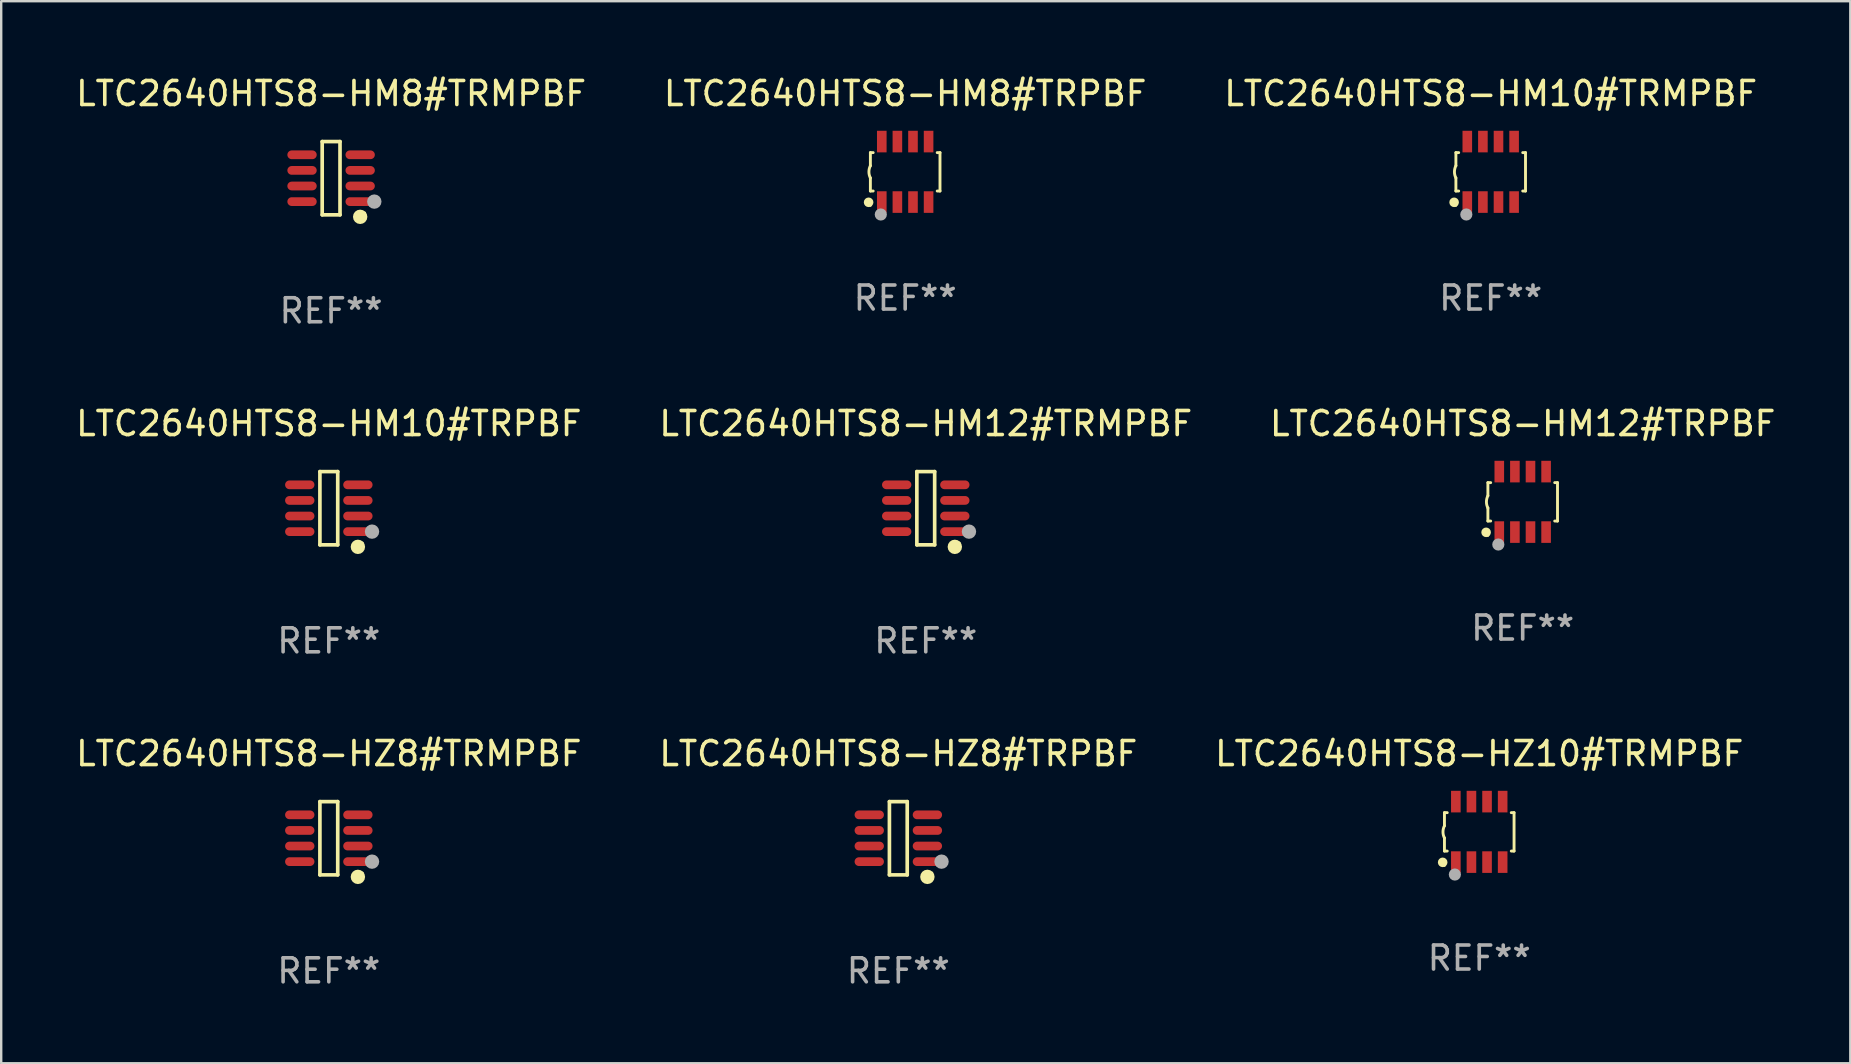
<source format=kicad_pcb>
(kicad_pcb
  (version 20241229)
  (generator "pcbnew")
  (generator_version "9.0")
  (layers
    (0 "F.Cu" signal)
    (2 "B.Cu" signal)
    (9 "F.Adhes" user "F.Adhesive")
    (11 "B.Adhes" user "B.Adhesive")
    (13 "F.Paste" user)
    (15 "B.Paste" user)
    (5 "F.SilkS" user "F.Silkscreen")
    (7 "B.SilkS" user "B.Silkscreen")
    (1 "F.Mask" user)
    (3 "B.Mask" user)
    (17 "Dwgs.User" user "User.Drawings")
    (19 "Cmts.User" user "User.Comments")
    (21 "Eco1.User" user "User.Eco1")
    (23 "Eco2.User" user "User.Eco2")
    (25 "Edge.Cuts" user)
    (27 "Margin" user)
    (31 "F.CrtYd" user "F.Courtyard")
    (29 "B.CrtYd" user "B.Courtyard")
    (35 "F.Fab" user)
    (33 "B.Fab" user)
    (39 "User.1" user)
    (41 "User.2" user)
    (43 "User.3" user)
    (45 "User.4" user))
  (footprint "LTC2640HTS8-HZ8#TRPBF"
    (layer "F.Cu")
    (at 34.375 31.872)
    (property "Reference" "LTC2640HTS8-HZ8#TRPBF" (at 0 -3.526 0) (layer "F.SilkS") (effects (font (size 1 1) (thickness 0.15))))
    (attr through_hole)
    (fp_line (start -0.371 -1.526) (end 0.371 -1.526) (stroke (width 0.152) (type solid)) (layer "F.SilkS"))
    (fp_line (start -0.371 1.526) (end -0.371 -1.526) (stroke (width 0.152) (type solid)) (layer "F.SilkS"))
    (fp_line (start 0.371 -1.526) (end 0.371 1.526) (stroke (width 0.152) (type solid)) (layer "F.SilkS"))
    (fp_line (start 0.371 1.526) (end -0.371 1.526) (stroke (width 0.152) (type solid)) (layer "F.SilkS"))
    (fp_circle (center 1.211 1.609) (end 1.361 1.609) (stroke (width 0.3) (type solid)) (fill no) (layer "F.SilkS"))
    (fp_circle (center 1.4 1.45) (end 1.43 1.45) (stroke (width 0.06) (type solid)) (fill no) (layer "F.SilkS"))
    (fp_circle (center 1.8 0.975) (end 1.95 0.975) (stroke (width 0.3) (type solid)) (fill no) (layer "F.Fab"))
    (fp_text user "REF**" (at 0 5.526 0) (layer "F.Fab") (effects (font (size 1 1) (thickness 0.15))))
    (pad "1" smd oval (at 1.211 0.975) (size 1.222 0.364) (layers "F.Cu" "F.Mask" "F.Paste"))
    (pad "2" smd oval (at 1.211 0.325) (size 1.222 0.364) (layers "F.Cu" "F.Mask" "F.Paste"))
    (pad "3" smd oval (at 1.211 -0.325) (size 1.222 0.364) (layers "F.Cu" "F.Mask" "F.Paste"))
    (pad "4" smd oval (at 1.211 -0.975) (size 1.222 0.364) (layers "F.Cu" "F.Mask" "F.Paste"))
    (pad "5" smd oval (at -1.211 -0.975) (size 1.222 0.364) (layers "F.Cu" "F.Mask" "F.Paste"))
    (pad "6" smd oval (at -1.211 -0.325) (size 1.222 0.364) (layers "F.Cu" "F.Mask" "F.Paste"))
    (pad "7" smd oval (at -1.211 0.325) (size 1.222 0.364) (layers "F.Cu" "F.Mask" "F.Paste"))
    (pad "8" smd oval (at -1.211 0.975) (size 1.222 0.364) (layers "F.Cu" "F.Mask" "F.Paste")))
  (footprint "LTC2640HTS8-HM10#TRPBF"
    (layer "F.Cu")
    (at 10.649 18.123)
    (property "Reference" "LTC2640HTS8-HM10#TRPBF" (at 0 -3.526 0) (layer "F.SilkS") (effects (font (size 1 1) (thickness 0.15))))
    (attr through_hole)
    (fp_line (start -0.371 -1.526) (end 0.371 -1.526) (stroke (width 0.152) (type solid)) (layer "F.SilkS"))
    (fp_line (start -0.371 1.526) (end -0.371 -1.526) (stroke (width 0.152) (type solid)) (layer "F.SilkS"))
    (fp_line (start 0.371 -1.526) (end 0.371 1.526) (stroke (width 0.152) (type solid)) (layer "F.SilkS"))
    (fp_line (start 0.371 1.526) (end -0.371 1.526) (stroke (width 0.152) (type solid)) (layer "F.SilkS"))
    (fp_circle (center 1.211 1.609) (end 1.361 1.609) (stroke (width 0.3) (type solid)) (fill no) (layer "F.SilkS"))
    (fp_circle (center 1.4 1.45) (end 1.43 1.45) (stroke (width 0.06) (type solid)) (fill no) (layer "F.SilkS"))
    (fp_circle (center 1.8 0.975) (end 1.95 0.975) (stroke (width 0.3) (type solid)) (fill no) (layer "F.Fab"))
    (fp_text user "REF**" (at 0 5.526 0) (layer "F.Fab") (effects (font (size 1 1) (thickness 0.15))))
    (pad "1" smd oval (at 1.211 0.975) (size 1.222 0.364) (layers "F.Cu" "F.Mask" "F.Paste"))
    (pad "2" smd oval (at 1.211 0.325) (size 1.222 0.364) (layers "F.Cu" "F.Mask" "F.Paste"))
    (pad "3" smd oval (at 1.211 -0.325) (size 1.222 0.364) (layers "F.Cu" "F.Mask" "F.Paste"))
    (pad "4" smd oval (at 1.211 -0.975) (size 1.222 0.364) (layers "F.Cu" "F.Mask" "F.Paste"))
    (pad "5" smd oval (at -1.211 -0.975) (size 1.222 0.364) (layers "F.Cu" "F.Mask" "F.Paste"))
    (pad "6" smd oval (at -1.211 -0.325) (size 1.222 0.364) (layers "F.Cu" "F.Mask" "F.Paste"))
    (pad "7" smd oval (at -1.211 0.325) (size 1.222 0.364) (layers "F.Cu" "F.Mask" "F.Paste"))
    (pad "8" smd oval (at -1.211 0.975) (size 1.222 0.364) (layers "F.Cu" "F.Mask" "F.Paste")))
  (footprint "LTC2640HTS8-HM10#TRMPBF"
    (layer "F.Cu")
    (at 59.054 4.108)
    (property "Reference" "LTC2640HTS8-HM10#TRMPBF" (at 0 -3.26 0) (layer "F.SilkS") (effects (font (size 1 1) (thickness 0.15))))
    (attr through_hole)
    (fp_line (start -1.45 -0.8) (end -1.45 -0.254) (stroke (width 0.12) (type solid)) (layer "F.SilkS"))
    (fp_line (start -1.45 -0.8) (end -1.334 -0.8) (stroke (width 0.12) (type solid)) (layer "F.SilkS"))
    (fp_line (start -1.45 0.8) (end -1.45 0.254) (stroke (width 0.12) (type solid)) (layer "F.SilkS"))
    (fp_line (start -1.45 0.8) (end -1.334 0.8) (stroke (width 0.12) (type solid)) (layer "F.SilkS"))
    (fp_line (start 1.334 -0.8) (end 1.45 -0.8) (stroke (width 0.12) (type solid)) (layer "F.SilkS"))
    (fp_line (start 1.334 0.8) (end 1.45 0.8) (stroke (width 0.12) (type solid)) (layer "F.SilkS"))
    (fp_line (start 1.45 0.8) (end 1.45 -0.8) (stroke (width 0.12) (type solid)) (layer "F.SilkS"))
    (fp_arc (start -1.45075 0.255144) (mid -1.510605 0.000434) (end -1.450013 -0.254102) (stroke (width 0.11999) (type solid)) (layer "F.SilkS"))
    (fp_circle (center -1.524 1.27) (end -1.424 1.27) (stroke (width 0.2) (type solid)) (fill no) (layer "F.SilkS"))
    (fp_circle (center -1.45 1.4) (end -1.42 1.4) (stroke (width 0.06) (type solid)) (fill no) (layer "F.SilkS"))
    (fp_circle (center -1.016 1.778) (end -0.889 1.778) (stroke (width 0.254) (type solid)) (fill no) (layer "F.Fab"))
    (fp_text user "REF**" (at 0 5.26 0) (layer "F.Fab") (effects (font (size 1 1) (thickness 0.15))))
    (pad "1" smd rect (at -0.975 1.26) (size 0.4 0.9) (layers "F.Cu" "F.Mask" "F.Paste"))
    (pad "2" smd rect (at -0.325 1.26) (size 0.4 0.9) (layers "F.Cu" "F.Mask" "F.Paste"))
    (pad "3" smd rect (at 0.325 1.26) (size 0.4 0.9) (layers "F.Cu" "F.Mask" "F.Paste"))
    (pad "4" smd rect (at 0.975 1.26) (size 0.4 0.9) (layers "F.Cu" "F.Mask" "F.Paste"))
    (pad "5" smd rect (at 0.975 -1.26) (size 0.4 0.9) (layers "F.Cu" "F.Mask" "F.Paste"))
    (pad "6" smd rect (at 0.325 -1.26) (size 0.4 0.9) (layers "F.Cu" "F.Mask" "F.Paste"))
    (pad "7" smd rect (at -0.325 -1.26) (size 0.4 0.9) (layers "F.Cu" "F.Mask" "F.Paste"))
    (pad "8" smd rect (at -0.975 -1.26) (size 0.4 0.9) (layers "F.Cu" "F.Mask" "F.Paste")))
  (footprint "LTC2640HTS8-HM12#TRPBF"
    (layer "F.Cu")
    (at 60.387 17.857)
    (property "Reference" "LTC2640HTS8-HM12#TRPBF" (at 0 -3.26 0) (layer "F.SilkS") (effects (font (size 1 1) (thickness 0.15))))
    (attr through_hole)
    (fp_line (start -1.45 -0.8) (end -1.45 -0.254) (stroke (width 0.12) (type solid)) (layer "F.SilkS"))
    (fp_line (start -1.45 -0.8) (end -1.334 -0.8) (stroke (width 0.12) (type solid)) (layer "F.SilkS"))
    (fp_line (start -1.45 0.8) (end -1.45 0.254) (stroke (width 0.12) (type solid)) (layer "F.SilkS"))
    (fp_line (start -1.45 0.8) (end -1.334 0.8) (stroke (width 0.12) (type solid)) (layer "F.SilkS"))
    (fp_line (start 1.334 -0.8) (end 1.45 -0.8) (stroke (width 0.12) (type solid)) (layer "F.SilkS"))
    (fp_line (start 1.334 0.8) (end 1.45 0.8) (stroke (width 0.12) (type solid)) (layer "F.SilkS"))
    (fp_line (start 1.45 0.8) (end 1.45 -0.8) (stroke (width 0.12) (type solid)) (layer "F.SilkS"))
    (fp_arc (start -1.45075 0.255144) (mid -1.510605 0.000434) (end -1.450013 -0.254102) (stroke (width 0.11999) (type solid)) (layer "F.SilkS"))
    (fp_circle (center -1.524 1.27) (end -1.424 1.27) (stroke (width 0.2) (type solid)) (fill no) (layer "F.SilkS"))
    (fp_circle (center -1.45 1.4) (end -1.42 1.4) (stroke (width 0.06) (type solid)) (fill no) (layer "F.SilkS"))
    (fp_circle (center -1.016 1.778) (end -0.889 1.778) (stroke (width 0.254) (type solid)) (fill no) (layer "F.Fab"))
    (fp_text user "REF**" (at 0 5.26 0) (layer "F.Fab") (effects (font (size 1 1) (thickness 0.15))))
    (pad "1" smd rect (at -0.975 1.26) (size 0.4 0.9) (layers "F.Cu" "F.Mask" "F.Paste"))
    (pad "2" smd rect (at -0.325 1.26) (size 0.4 0.9) (layers "F.Cu" "F.Mask" "F.Paste"))
    (pad "3" smd rect (at 0.325 1.26) (size 0.4 0.9) (layers "F.Cu" "F.Mask" "F.Paste"))
    (pad "4" smd rect (at 0.975 1.26) (size 0.4 0.9) (layers "F.Cu" "F.Mask" "F.Paste"))
    (pad "5" smd rect (at 0.975 -1.26) (size 0.4 0.9) (layers "F.Cu" "F.Mask" "F.Paste"))
    (pad "6" smd rect (at 0.325 -1.26) (size 0.4 0.9) (layers "F.Cu" "F.Mask" "F.Paste"))
    (pad "7" smd rect (at -0.325 -1.26) (size 0.4 0.9) (layers "F.Cu" "F.Mask" "F.Paste"))
    (pad "8" smd rect (at -0.975 -1.26) (size 0.4 0.9) (layers "F.Cu" "F.Mask" "F.Paste")))
  (footprint "LTC2640HTS8-HM12#TRMPBF"
    (layer "F.Cu")
    (at 35.518 18.123)
    (property "Reference" "LTC2640HTS8-HM12#TRMPBF" (at 0 -3.526 0) (layer "F.SilkS") (effects (font (size 1 1) (thickness 0.15))))
    (attr through_hole)
    (fp_line (start -0.371 -1.526) (end 0.371 -1.526) (stroke (width 0.152) (type solid)) (layer "F.SilkS"))
    (fp_line (start -0.371 1.526) (end -0.371 -1.526) (stroke (width 0.152) (type solid)) (layer "F.SilkS"))
    (fp_line (start 0.371 -1.526) (end 0.371 1.526) (stroke (width 0.152) (type solid)) (layer "F.SilkS"))
    (fp_line (start 0.371 1.526) (end -0.371 1.526) (stroke (width 0.152) (type solid)) (layer "F.SilkS"))
    (fp_circle (center 1.211 1.609) (end 1.361 1.609) (stroke (width 0.3) (type solid)) (fill no) (layer "F.SilkS"))
    (fp_circle (center 1.4 1.45) (end 1.43 1.45) (stroke (width 0.06) (type solid)) (fill no) (layer "F.SilkS"))
    (fp_circle (center 1.8 0.975) (end 1.95 0.975) (stroke (width 0.3) (type solid)) (fill no) (layer "F.Fab"))
    (fp_text user "REF**" (at 0 5.526 0) (layer "F.Fab") (effects (font (size 1 1) (thickness 0.15))))
    (pad "1" smd oval (at 1.211 0.975) (size 1.222 0.364) (layers "F.Cu" "F.Mask" "F.Paste"))
    (pad "2" smd oval (at 1.211 0.325) (size 1.222 0.364) (layers "F.Cu" "F.Mask" "F.Paste"))
    (pad "3" smd oval (at 1.211 -0.325) (size 1.222 0.364) (layers "F.Cu" "F.Mask" "F.Paste"))
    (pad "4" smd oval (at 1.211 -0.975) (size 1.222 0.364) (layers "F.Cu" "F.Mask" "F.Paste"))
    (pad "5" smd oval (at -1.211 -0.975) (size 1.222 0.364) (layers "F.Cu" "F.Mask" "F.Paste"))
    (pad "6" smd oval (at -1.211 -0.325) (size 1.222 0.364) (layers "F.Cu" "F.Mask" "F.Paste"))
    (pad "7" smd oval (at -1.211 0.325) (size 1.222 0.364) (layers "F.Cu" "F.Mask" "F.Paste"))
    (pad "8" smd oval (at -1.211 0.975) (size 1.222 0.364) (layers "F.Cu" "F.Mask" "F.Paste")))
  (footprint "LTC2640HTS8-HZ10#TRMPBF"
    (layer "F.Cu")
    (at 58.577 31.606)
    (property "Reference" "LTC2640HTS8-HZ10#TRMPBF" (at 0 -3.26 0) (layer "F.SilkS") (effects (font (size 1 1) (thickness 0.15))))
    (attr through_hole)
    (fp_line (start -1.45 -0.8) (end -1.45 -0.254) (stroke (width 0.12) (type solid)) (layer "F.SilkS"))
    (fp_line (start -1.45 -0.8) (end -1.334 -0.8) (stroke (width 0.12) (type solid)) (layer "F.SilkS"))
    (fp_line (start -1.45 0.8) (end -1.45 0.254) (stroke (width 0.12) (type solid)) (layer "F.SilkS"))
    (fp_line (start -1.45 0.8) (end -1.334 0.8) (stroke (width 0.12) (type solid)) (layer "F.SilkS"))
    (fp_line (start 1.334 -0.8) (end 1.45 -0.8) (stroke (width 0.12) (type solid)) (layer "F.SilkS"))
    (fp_line (start 1.334 0.8) (end 1.45 0.8) (stroke (width 0.12) (type solid)) (layer "F.SilkS"))
    (fp_line (start 1.45 0.8) (end 1.45 -0.8) (stroke (width 0.12) (type solid)) (layer "F.SilkS"))
    (fp_arc (start -1.45075 0.255144) (mid -1.510605 0.000434) (end -1.450013 -0.254102) (stroke (width 0.11999) (type solid)) (layer "F.SilkS"))
    (fp_circle (center -1.524 1.27) (end -1.424 1.27) (stroke (width 0.2) (type solid)) (fill no) (layer "F.SilkS"))
    (fp_circle (center -1.45 1.4) (end -1.42 1.4) (stroke (width 0.06) (type solid)) (fill no) (layer "F.SilkS"))
    (fp_circle (center -1.016 1.778) (end -0.889 1.778) (stroke (width 0.254) (type solid)) (fill no) (layer "F.Fab"))
    (fp_text user "REF**" (at 0 5.26 0) (layer "F.Fab") (effects (font (size 1 1) (thickness 0.15))))
    (pad "1" smd rect (at -0.975 1.26) (size 0.4 0.9) (layers "F.Cu" "F.Mask" "F.Paste"))
    (pad "2" smd rect (at -0.325 1.26) (size 0.4 0.9) (layers "F.Cu" "F.Mask" "F.Paste"))
    (pad "3" smd rect (at 0.325 1.26) (size 0.4 0.9) (layers "F.Cu" "F.Mask" "F.Paste"))
    (pad "4" smd rect (at 0.975 1.26) (size 0.4 0.9) (layers "F.Cu" "F.Mask" "F.Paste"))
    (pad "5" smd rect (at 0.975 -1.26) (size 0.4 0.9) (layers "F.Cu" "F.Mask" "F.Paste"))
    (pad "6" smd rect (at 0.325 -1.26) (size 0.4 0.9) (layers "F.Cu" "F.Mask" "F.Paste"))
    (pad "7" smd rect (at -0.325 -1.26) (size 0.4 0.9) (layers "F.Cu" "F.Mask" "F.Paste"))
    (pad "8" smd rect (at -0.975 -1.26) (size 0.4 0.9) (layers "F.Cu" "F.Mask" "F.Paste")))
  (footprint "LTC2640HTS8-HM8#TRMPBF"
    (layer "F.Cu")
    (at 10.744 4.374)
    (property "Reference" "LTC2640HTS8-HM8#TRMPBF" (at 0 -3.526 0) (layer "F.SilkS") (effects (font (size 1 1) (thickness 0.15))))
    (attr through_hole)
    (fp_line (start -0.371 -1.526) (end 0.371 -1.526) (stroke (width 0.152) (type solid)) (layer "F.SilkS"))
    (fp_line (start -0.371 1.526) (end -0.371 -1.526) (stroke (width 0.152) (type solid)) (layer "F.SilkS"))
    (fp_line (start 0.371 -1.526) (end 0.371 1.526) (stroke (width 0.152) (type solid)) (layer "F.SilkS"))
    (fp_line (start 0.371 1.526) (end -0.371 1.526) (stroke (width 0.152) (type solid)) (layer "F.SilkS"))
    (fp_circle (center 1.211 1.609) (end 1.361 1.609) (stroke (width 0.3) (type solid)) (fill no) (layer "F.SilkS"))
    (fp_circle (center 1.4 1.45) (end 1.43 1.45) (stroke (width 0.06) (type solid)) (fill no) (layer "F.SilkS"))
    (fp_circle (center 1.8 0.975) (end 1.95 0.975) (stroke (width 0.3) (type solid)) (fill no) (layer "F.Fab"))
    (fp_text user "REF**" (at 0 5.526 0) (layer "F.Fab") (effects (font (size 1 1) (thickness 0.15))))
    (pad "1" smd oval (at 1.211 0.975) (size 1.222 0.364) (layers "F.Cu" "F.Mask" "F.Paste"))
    (pad "2" smd oval (at 1.211 0.325) (size 1.222 0.364) (layers "F.Cu" "F.Mask" "F.Paste"))
    (pad "3" smd oval (at 1.211 -0.325) (size 1.222 0.364) (layers "F.Cu" "F.Mask" "F.Paste"))
    (pad "4" smd oval (at 1.211 -0.975) (size 1.222 0.364) (layers "F.Cu" "F.Mask" "F.Paste"))
    (pad "5" smd oval (at -1.211 -0.975) (size 1.222 0.364) (layers "F.Cu" "F.Mask" "F.Paste"))
    (pad "6" smd oval (at -1.211 -0.325) (size 1.222 0.364) (layers "F.Cu" "F.Mask" "F.Paste"))
    (pad "7" smd oval (at -1.211 0.325) (size 1.222 0.364) (layers "F.Cu" "F.Mask" "F.Paste"))
    (pad "8" smd oval (at -1.211 0.975) (size 1.222 0.364) (layers "F.Cu" "F.Mask" "F.Paste")))
  (footprint "LTC2640HTS8-HM8#TRPBF"
    (layer "F.Cu")
    (at 34.661 4.108)
    (property "Reference" "LTC2640HTS8-HM8#TRPBF" (at 0 -3.26 0) (layer "F.SilkS") (effects (font (size 1 1) (thickness 0.15))))
    (attr through_hole)
    (fp_line (start -1.45 -0.8) (end -1.45 -0.254) (stroke (width 0.12) (type solid)) (layer "F.SilkS"))
    (fp_line (start -1.45 -0.8) (end -1.334 -0.8) (stroke (width 0.12) (type solid)) (layer "F.SilkS"))
    (fp_line (start -1.45 0.8) (end -1.45 0.254) (stroke (width 0.12) (type solid)) (layer "F.SilkS"))
    (fp_line (start -1.45 0.8) (end -1.334 0.8) (stroke (width 0.12) (type solid)) (layer "F.SilkS"))
    (fp_line (start 1.334 -0.8) (end 1.45 -0.8) (stroke (width 0.12) (type solid)) (layer "F.SilkS"))
    (fp_line (start 1.334 0.8) (end 1.45 0.8) (stroke (width 0.12) (type solid)) (layer "F.SilkS"))
    (fp_line (start 1.45 0.8) (end 1.45 -0.8) (stroke (width 0.12) (type solid)) (layer "F.SilkS"))
    (fp_arc (start -1.45075 0.255144) (mid -1.510605 0.000434) (end -1.450013 -0.254102) (stroke (width 0.11999) (type solid)) (layer "F.SilkS"))
    (fp_circle (center -1.524 1.27) (end -1.424 1.27) (stroke (width 0.2) (type solid)) (fill no) (layer "F.SilkS"))
    (fp_circle (center -1.45 1.4) (end -1.42 1.4) (stroke (width 0.06) (type solid)) (fill no) (layer "F.SilkS"))
    (fp_circle (center -1.016 1.778) (end -0.889 1.778) (stroke (width 0.254) (type solid)) (fill no) (layer "F.Fab"))
    (fp_text user "REF**" (at 0 5.26 0) (layer "F.Fab") (effects (font (size 1 1) (thickness 0.15))))
    (pad "1" smd rect (at -0.975 1.26) (size 0.4 0.9) (layers "F.Cu" "F.Mask" "F.Paste"))
    (pad "2" smd rect (at -0.325 1.26) (size 0.4 0.9) (layers "F.Cu" "F.Mask" "F.Paste"))
    (pad "3" smd rect (at 0.325 1.26) (size 0.4 0.9) (layers "F.Cu" "F.Mask" "F.Paste"))
    (pad "4" smd rect (at 0.975 1.26) (size 0.4 0.9) (layers "F.Cu" "F.Mask" "F.Paste"))
    (pad "5" smd rect (at 0.975 -1.26) (size 0.4 0.9) (layers "F.Cu" "F.Mask" "F.Paste"))
    (pad "6" smd rect (at 0.325 -1.26) (size 0.4 0.9) (layers "F.Cu" "F.Mask" "F.Paste"))
    (pad "7" smd rect (at -0.325 -1.26) (size 0.4 0.9) (layers "F.Cu" "F.Mask" "F.Paste"))
    (pad "8" smd rect (at -0.975 -1.26) (size 0.4 0.9) (layers "F.Cu" "F.Mask" "F.Paste")))
  (footprint "LTC2640HTS8-HZ8#TRMPBF"
    (layer "F.Cu")
    (at 10.649 31.872)
    (property "Reference" "LTC2640HTS8-HZ8#TRMPBF" (at 0 -3.526 0) (layer "F.SilkS") (effects (font (size 1 1) (thickness 0.15))))
    (attr through_hole)
    (fp_line (start -0.371 -1.526) (end 0.371 -1.526) (stroke (width 0.152) (type solid)) (layer "F.SilkS"))
    (fp_line (start -0.371 1.526) (end -0.371 -1.526) (stroke (width 0.152) (type solid)) (layer "F.SilkS"))
    (fp_line (start 0.371 -1.526) (end 0.371 1.526) (stroke (width 0.152) (type solid)) (layer "F.SilkS"))
    (fp_line (start 0.371 1.526) (end -0.371 1.526) (stroke (width 0.152) (type solid)) (layer "F.SilkS"))
    (fp_circle (center 1.211 1.609) (end 1.361 1.609) (stroke (width 0.3) (type solid)) (fill no) (layer "F.SilkS"))
    (fp_circle (center 1.4 1.45) (end 1.43 1.45) (stroke (width 0.06) (type solid)) (fill no) (layer "F.SilkS"))
    (fp_circle (center 1.8 0.975) (end 1.95 0.975) (stroke (width 0.3) (type solid)) (fill no) (layer "F.Fab"))
    (fp_text user "REF**" (at 0 5.526 0) (layer "F.Fab") (effects (font (size 1 1) (thickness 0.15))))
    (pad "1" smd oval (at 1.211 0.975) (size 1.222 0.364) (layers "F.Cu" "F.Mask" "F.Paste"))
    (pad "2" smd oval (at 1.211 0.325) (size 1.222 0.364) (layers "F.Cu" "F.Mask" "F.Paste"))
    (pad "3" smd oval (at 1.211 -0.325) (size 1.222 0.364) (layers "F.Cu" "F.Mask" "F.Paste"))
    (pad "4" smd oval (at 1.211 -0.975) (size 1.222 0.364) (layers "F.Cu" "F.Mask" "F.Paste"))
    (pad "5" smd oval (at -1.211 -0.975) (size 1.222 0.364) (layers "F.Cu" "F.Mask" "F.Paste"))
    (pad "6" smd oval (at -1.211 -0.325) (size 1.222 0.364) (layers "F.Cu" "F.Mask" "F.Paste"))
    (pad "7" smd oval (at -1.211 0.325) (size 1.222 0.364) (layers "F.Cu" "F.Mask" "F.Paste"))
    (pad "8" smd oval (at -1.211 0.975) (size 1.222 0.364) (layers "F.Cu" "F.Mask" "F.Paste")))
  (gr_rect
    (start -3 -3)
    (end 74.036 41.247)
    (stroke (width 0.1) (type default))
    (fill no)
    (layer "Edge.Cuts")))
</source>
